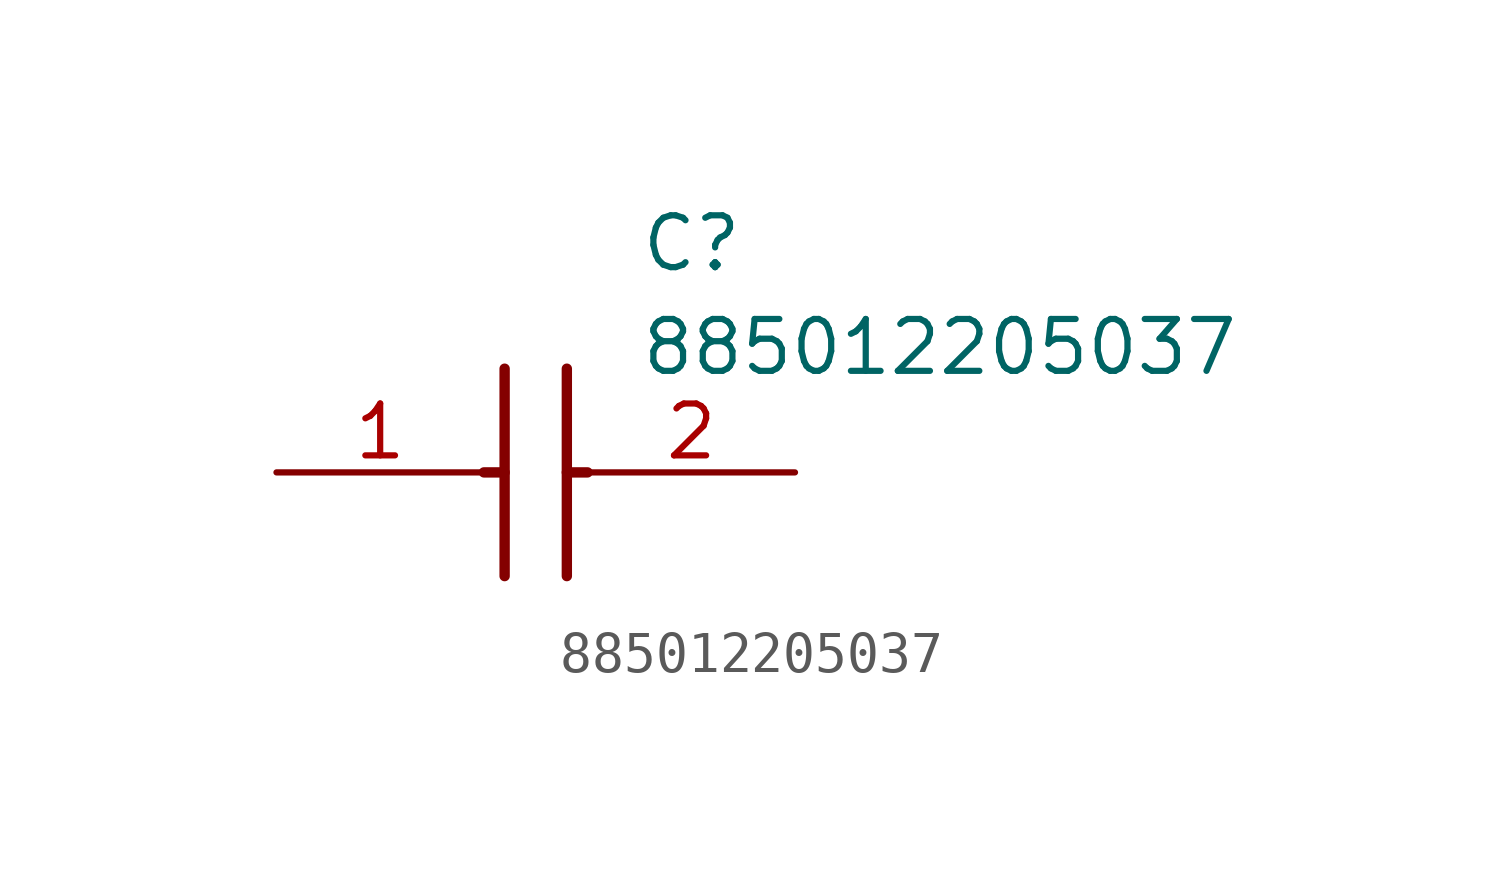
<source format=kicad_sym>
(kicad_symbol_lib
  (version 20231120)
  (generator "kicad_symbol_editor")
  (generator_version "8.0")
  (symbol "885012205037"
    (pin_names hide)
    (property "Reference" "C"
      (at 8.89 6.35 0)
      (effects (font (size 1.27 1.27)) (justify left top)))
    (property "Value" "885012205037"
      (at 8.89 3.81 0)
      (effects (font (size 1.27 1.27)) (justify left top)))
    (symbol "885012205037_1_1"
      (polyline (pts (xy 5.08 0) (xy 5.588 0)) (stroke (width 0.254) (type default)) (fill (type none)))
      (polyline (pts (xy 5.588 2.54) (xy 5.588 -2.54)) (stroke (width 0.254) (type default)) (fill (type none)))
      (polyline (pts (xy 7.112 0) (xy 7.62 0)) (stroke (width 0.254) (type default)) (fill (type none)))
      (polyline (pts (xy 7.112 2.54) (xy 7.112 -2.54)) (stroke (width 0.254) (type default)) (fill (type none)))
      (pin passive line (at 0 0 0) (length 5.08) (name "1" (effects (font (size 1.27 1.27)))) (number "1" (effects (font (size 1.27 1.27)))))
      (pin passive line (at 12.7 0 180) (length 5.08) (name "2" (effects (font (size 1.27 1.27)))) (number "2" (effects (font (size 1.27 1.27))))))))
</source>
